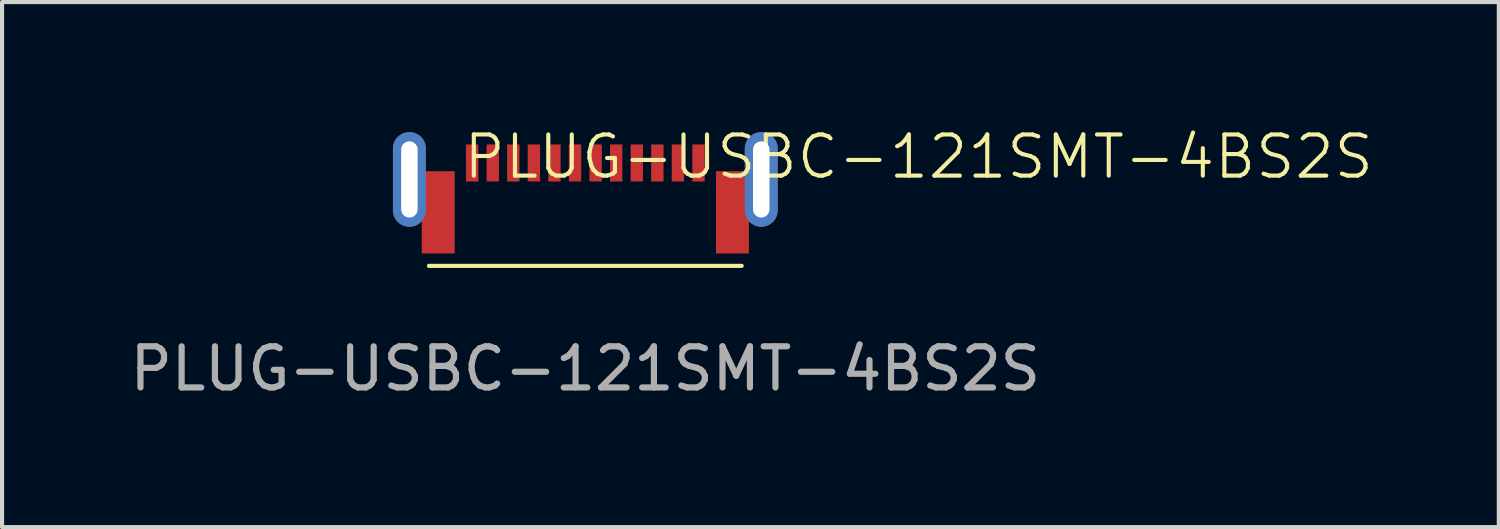
<source format=kicad_pcb>
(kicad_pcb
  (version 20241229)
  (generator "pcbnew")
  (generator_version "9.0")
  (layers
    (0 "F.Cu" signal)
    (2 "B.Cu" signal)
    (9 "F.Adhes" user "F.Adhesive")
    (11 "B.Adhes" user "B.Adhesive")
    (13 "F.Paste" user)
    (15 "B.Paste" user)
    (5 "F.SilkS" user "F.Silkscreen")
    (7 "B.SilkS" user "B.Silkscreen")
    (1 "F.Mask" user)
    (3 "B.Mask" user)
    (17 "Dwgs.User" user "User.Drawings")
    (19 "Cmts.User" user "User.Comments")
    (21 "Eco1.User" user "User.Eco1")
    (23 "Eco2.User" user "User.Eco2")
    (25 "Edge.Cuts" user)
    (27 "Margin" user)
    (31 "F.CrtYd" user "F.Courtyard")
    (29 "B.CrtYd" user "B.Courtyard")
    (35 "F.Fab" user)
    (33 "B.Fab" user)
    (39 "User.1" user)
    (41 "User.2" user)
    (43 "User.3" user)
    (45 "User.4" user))
  (footprint "PLUG-USBC-121SMT-4BS2S"
    (layer "F.Cu")
    (at 11.173 3.41)
    (property "Reference" "PLUG-USBC-121SMT-4BS2S" (at 8.1 -2.65 0) (unlocked yes) (layer "F.SilkS") (effects (font (size 1 1) (thickness 0.1))))
    (attr smd)
    (fp_line (start -3.8 0) (end 3.8 0) (stroke (width 0.1) (type default)) (layer "F.SilkS"))
    (fp_text user "${REFERENCE}" (at 0 2.5 0) (unlocked yes) (layer "F.Fab") (effects (font (size 1 1) (thickness 0.15))))
    (pad "A01" smd rect (at 2.75 -2.5) (size 0.3 0.9) (layers "F.Cu" "F.Mask" "F.Paste"))
    (pad "A02" smd rect (at 2.25 -2.5) (size 0.3 0.9) (layers "F.Cu" "F.Mask" "F.Paste"))
    (pad "A03" smd rect (at 1.75 -2.5) (size 0.3 0.9) (layers "F.Cu" "F.Mask" "F.Paste"))
    (pad "A04" smd rect (at 1.25 -2.5) (size 0.3 0.9) (layers "F.Cu" "F.Mask" "F.Paste"))
    (pad "A05" smd rect (at -1.25 -2.5) (size 0.3 0.9) (layers "F.Cu" "F.Mask" "F.Paste"))
    (pad "A06" smd rect (at -1.75 -2.5) (size 0.3 0.9) (layers "F.Cu" "F.Mask" "F.Paste"))
    (pad "A07" smd rect (at -2.25 -2.5) (size 0.3 0.9) (layers "F.Cu" "F.Mask" "F.Paste"))
    (pad "A12" smd rect (at -2.75 -2.5) (size 0.3 0.9) (layers "F.Cu" "F.Mask" "F.Paste"))
    (pad "B09" smd rect (at -0.75 -2.5) (size 0.3 0.9) (layers "F.Cu" "F.Mask" "F.Paste"))
    (pad "B10" smd rect (at -0.25 -2.5) (size 0.3 0.9) (layers "F.Cu" "F.Mask" "F.Paste"))
    (pad "B11" smd rect (at 0.25 -2.5) (size 0.3 0.9) (layers "F.Cu" "F.Mask" "F.Paste"))
    (pad "B12" smd rect (at 0.75 -2.5) (size 0.3 0.9) (layers "F.Cu" "F.Mask" "F.Paste"))
    (pad "Gnd" smd rect (at -3.575 -1.3) (size 0.8 2) (layers "F.Cu" "F.Mask" "F.Paste"))
    (pad "Gnd" smd rect (at 3.575 -1.3) (size 0.8 2) (layers "F.Cu" "F.Mask" "F.Paste"))
    (pad "Gnd0" thru_hole oval (at -4.275 -2.1) (size 0.8 2.3) (drill oval 0.4 1.85) (layers "*.Cu" "*.Mask"))
    (pad "Gnd0" thru_hole oval (at 4.275 -2.1) (size 0.8 2.3) (drill oval 0.4 1.85) (layers "*.Cu" "*.Mask")))
  (gr_rect
    (start -3 -3)
    (end 33.37 9.759)
    (stroke (width 0.1) (type default))
    (fill no)
    (layer "Edge.Cuts")))
</source>
